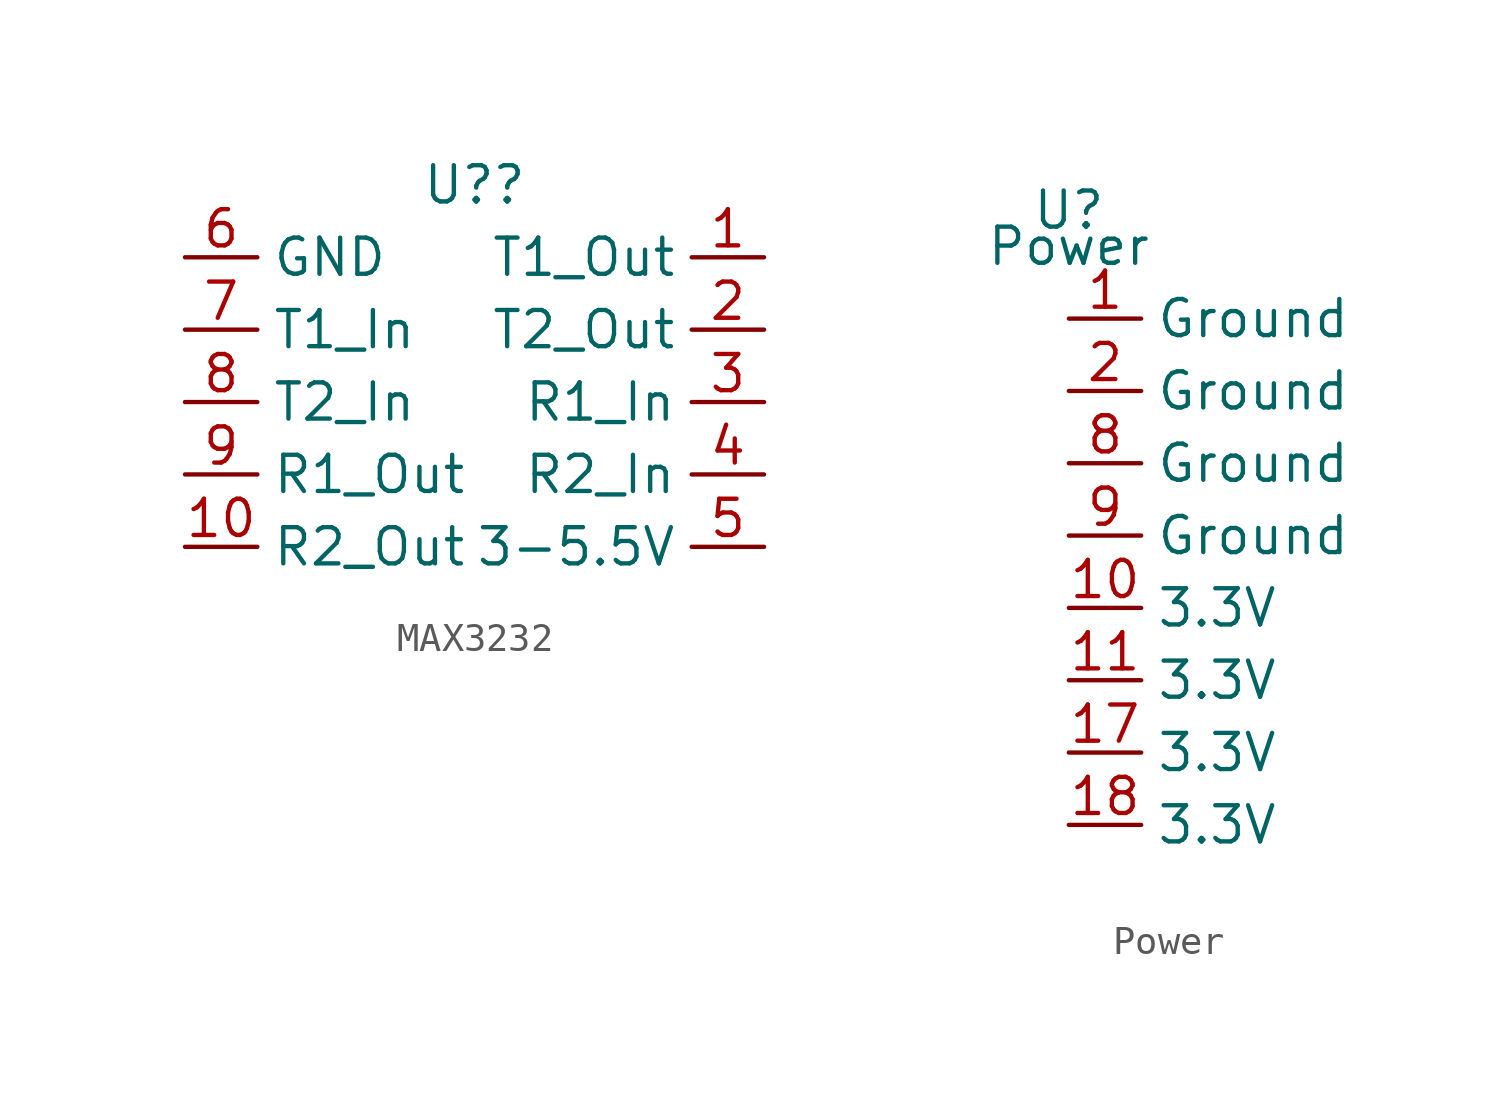
<source format=kicad_sym>
(kicad_symbol_lib
  (version 20231120)
  (generator "kicad_symbol_editor")
  (generator_version "8.0")
  (symbol "MAX3232"
    (property "Reference" "U?"
      (at 0 0 0)
      (effects (font (size 1.27 1.27))))
    (symbol "MAX3232_1_1"
      (pin output line (at 10.16 -2.54 180) (length 2.54) (name "T1_Out" (effects (font (size 1.27 1.27)))) (number "1" (effects (font (size 1.27 1.27)))))
      (pin output line (at -10.16 -12.7 0) (length 2.54) (name "R2_Out" (effects (font (size 1.27 1.27)))) (number "10" (effects (font (size 1.27 1.27)))))
      (pin output line (at 10.16 -5.08 180) (length 2.54) (name "T2_Out" (effects (font (size 1.27 1.27)))) (number "2" (effects (font (size 1.27 1.27)))))
      (pin input line (at 10.16 -7.62 180) (length 2.54) (name "R1_In" (effects (font (size 1.27 1.27)))) (number "3" (effects (font (size 1.27 1.27)))))
      (pin input line (at 10.16 -10.16 180) (length 2.54) (name "R2_In" (effects (font (size 1.27 1.27)))) (number "4" (effects (font (size 1.27 1.27)))))
      (pin input line (at 10.16 -12.7 180) (length 2.54) (name "3-5.5V" (effects (font (size 1.27 1.27)))) (number "5" (effects (font (size 1.27 1.27)))))
      (pin input line (at -10.16 -2.54 0) (length 2.54) (name "GND" (effects (font (size 1.27 1.27)))) (number "6" (effects (font (size 1.27 1.27)))))
      (pin input line (at -10.16 -5.08 0) (length 2.54) (name "T1_In" (effects (font (size 1.27 1.27)))) (number "7" (effects (font (size 1.27 1.27)))))
      (pin input line (at -10.16 -7.62 0) (length 2.54) (name "T2_In" (effects (font (size 1.27 1.27)))) (number "8" (effects (font (size 1.27 1.27)))))
      (pin output line (at -10.16 -10.16 0) (length 2.54) (name "R1_Out" (effects (font (size 1.27 1.27)))) (number "9" (effects (font (size 1.27 1.27)))))))
  (symbol "Power"
    (property "Reference" "U"
      (at 0 0 0)
      (effects (font (size 1.27 1.27))))
    (property "Value" "Power"
      (at 0 -1.27 0)
      (effects (font (size 1.27 1.27))))
    (symbol "Power_1_1"
      (pin power_out line (at 0 -3.81 0) (length 2.54) (name "Ground" (effects (font (size 1.27 1.27)))) (number "1" (effects (font (size 1.27 1.27)))))
      (pin power_out line (at 0 -13.97 0) (length 2.54) (name "3.3V" (effects (font (size 1.27 1.27)))) (number "10" (effects (font (size 1.27 1.27)))))
      (pin power_out line (at 0 -16.51 0) (length 2.54) (name "3.3V" (effects (font (size 1.27 1.27)))) (number "11" (effects (font (size 1.27 1.27)))))
      (pin power_out line (at 0 -19.05 0) (length 2.54) (name "3.3V" (effects (font (size 1.27 1.27)))) (number "17" (effects (font (size 1.27 1.27)))))
      (pin power_out line (at 0 -21.59 0) (length 2.54) (name "3.3V" (effects (font (size 1.27 1.27)))) (number "18" (effects (font (size 1.27 1.27)))))
      (pin power_out line (at 0 -6.35 0) (length 2.54) (name "Ground" (effects (font (size 1.27 1.27)))) (number "2" (effects (font (size 1.27 1.27)))))
      (pin power_out line (at 0 -8.89 0) (length 2.54) (name "Ground" (effects (font (size 1.27 1.27)))) (number "8" (effects (font (size 1.27 1.27)))))
      (pin power_out line (at 0 -11.43 0) (length 2.54) (name "Ground" (effects (font (size 1.27 1.27)))) (number "9" (effects (font (size 1.27 1.27))))))))
</source>
